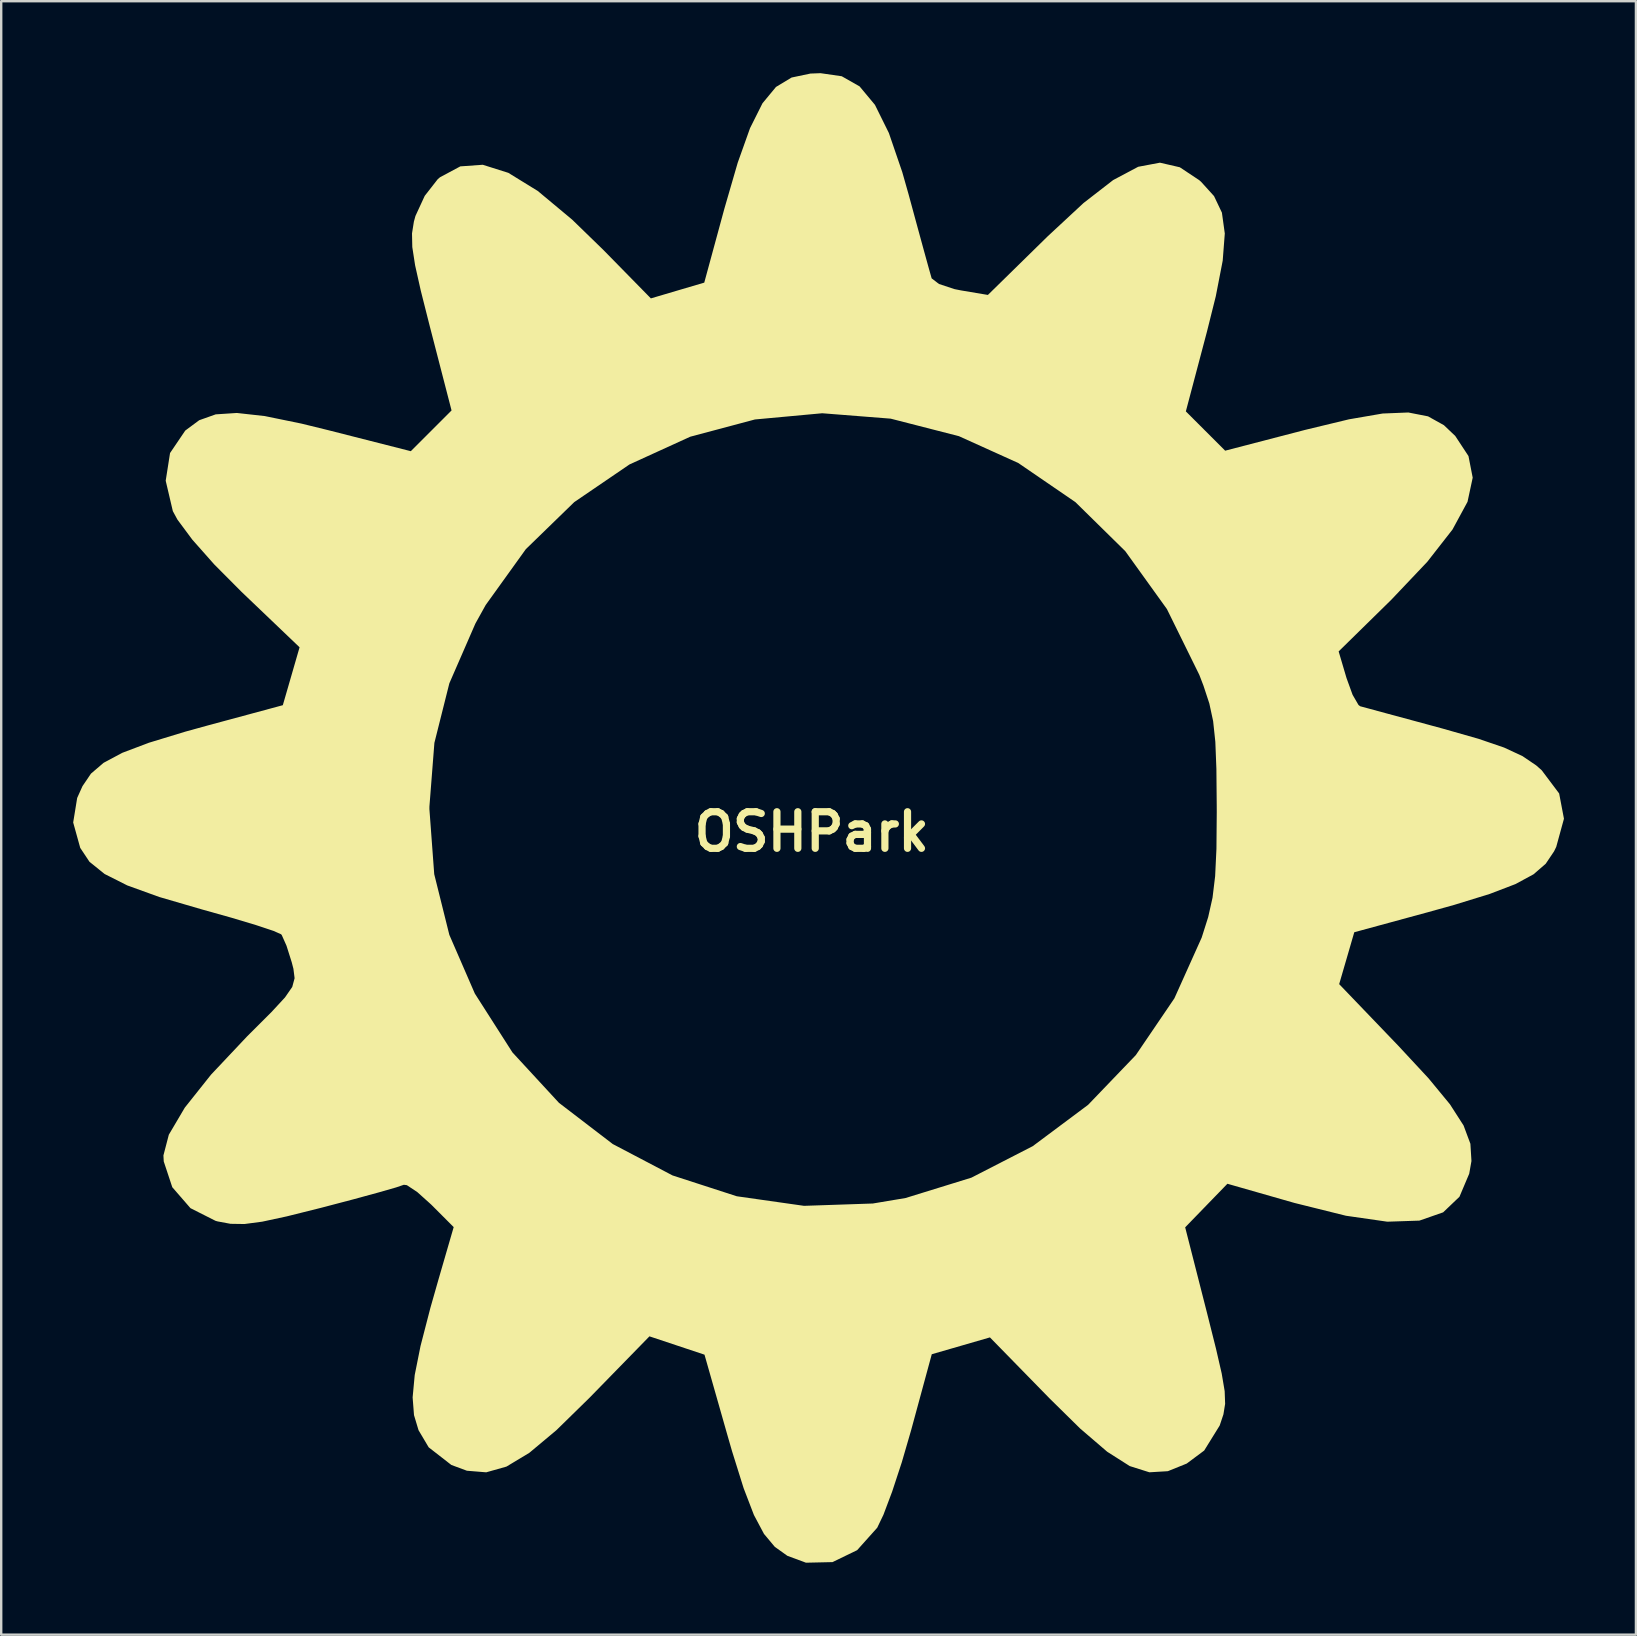
<source format=kicad_pcb>
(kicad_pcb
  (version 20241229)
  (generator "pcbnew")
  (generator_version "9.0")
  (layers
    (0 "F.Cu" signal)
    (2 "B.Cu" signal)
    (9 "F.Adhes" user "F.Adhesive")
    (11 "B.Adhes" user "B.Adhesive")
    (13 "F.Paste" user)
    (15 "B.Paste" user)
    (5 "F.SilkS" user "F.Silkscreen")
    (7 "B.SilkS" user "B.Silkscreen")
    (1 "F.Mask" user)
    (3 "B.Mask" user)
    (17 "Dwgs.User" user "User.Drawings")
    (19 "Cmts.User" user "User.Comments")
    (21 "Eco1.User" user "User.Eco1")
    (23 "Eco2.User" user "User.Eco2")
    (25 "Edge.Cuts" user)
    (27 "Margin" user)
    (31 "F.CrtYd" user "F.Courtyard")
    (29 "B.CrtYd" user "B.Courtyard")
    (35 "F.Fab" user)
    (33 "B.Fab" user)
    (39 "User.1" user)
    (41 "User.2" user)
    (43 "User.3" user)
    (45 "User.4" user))
  (footprint "OSHPark"
    (layer "F.Cu")
    (at 30.781 31.615)
    (property "Reference" "OSHPark" (at 0 0 0) (layer "F.SilkS") (effects (font (size 1.524 1.524) (thickness 0.3))))
    (attr board_only exclude_from_pos_files exclude_from_bom)
    (fp_poly (pts (xy 1.25 -31.487) (xy 1.993 -31.065) (xy 2.634 -30.295) (xy 3.214 -29.122) (xy 3.773 -27.49) (xy 4.035 -26.567) (xy 4.377 -25.309) (xy 4.672 -24.23) (xy 4.889 -23.445) (xy 4.997 -23.065) (xy 4.998 -23.063) (xy 5.303 -22.829) (xy 5.948 -22.616) (xy 6.219 -22.562) (xy 7.341 -22.373) (xy 9.837 -24.82) (xy 11.325 -26.202) (xy 12.561 -27.16) (xy 13.604 -27.714) (xy 14.511 -27.885) (xy 15.339 -27.694) (xy 16.145 -27.159) (xy 16.225 -27.089) (xy 16.766 -26.492) (xy 17.094 -25.802) (xy 17.214 -24.934) (xy 17.127 -23.801) (xy 16.839 -22.318) (xy 16.47 -20.842) (xy 15.591 -17.52) (xy 16.41 -16.701) (xy 17.229 -15.882) (xy 20.567 -16.75) (xy 22.389 -17.189) (xy 23.792 -17.431) (xy 24.862 -17.474) (xy 25.685 -17.313) (xy 26.346 -16.945) (xy 26.819 -16.495) (xy 27.37 -15.658) (xy 27.546 -14.757) (xy 27.33 -13.751) (xy 26.704 -12.596) (xy 25.653 -11.251) (xy 24.157 -9.673) (xy 23.981 -9.5) (xy 21.959 -7.516) (xy 22.287 -6.406) (xy 22.54 -5.709) (xy 22.787 -5.283) (xy 22.859 -5.23) (xy 23.201 -5.138) (xy 23.955 -4.933) (xy 25.011 -4.648) (xy 26.257 -4.31) (xy 26.301 -4.298) (xy 27.785 -3.875) (xy 28.853 -3.51) (xy 29.618 -3.155) (xy 30.196 -2.763) (xy 30.422 -2.563) (xy 31.149 -1.596) (xy 31.349 -0.543) (xy 31.027 0.631) (xy 30.935 0.819) (xy 30.589 1.333) (xy 30.081 1.773) (xy 29.329 2.18) (xy 28.253 2.592) (xy 26.774 3.048) (xy 25.707 3.345) (xy 22.61 4.188) (xy 22.296 5.269) (xy 21.981 6.35) (xy 24.444 8.917) (xy 25.705 10.275) (xy 26.598 11.358) (xy 27.166 12.242) (xy 27.45 13.004) (xy 27.494 13.722) (xy 27.401 14.25) (xy 26.994 15.212) (xy 26.314 15.861) (xy 25.325 16.206) (xy 23.987 16.251) (xy 22.264 16.003) (xy 20.117 15.469) (xy 20.078 15.458) (xy 17.323 14.67) (xy 15.563 16.486) (xy 16.482 20.088) (xy 16.847 21.542) (xy 17.086 22.581) (xy 17.209 23.313) (xy 17.228 23.843) (xy 17.157 24.281) (xy 17.006 24.733) (xy 17 24.748) (xy 16.355 25.789) (xy 15.628 26.331) (xy 14.841 26.649) (xy 14.072 26.695) (xy 13.253 26.436) (xy 12.314 25.839) (xy 11.186 24.871) (xy 9.925 23.63) (xy 7.426 21.073) (xy 6.214 21.424) (xy 5.002 21.775) (xy 4.141 24.943) (xy 3.754 26.273) (xy 3.353 27.494) (xy 2.988 28.464) (xy 2.728 29.006) (xy 1.891 29.941) (xy 0.865 30.438) (xy -0.241 30.463) (xy -1.016 30.176) (xy -1.54 29.802) (xy -1.991 29.263) (xy -2.41 28.475) (xy -2.84 27.355) (xy -3.321 25.819) (xy -3.514 25.15) (xy -4.47 21.793) (xy -6.764 21.029) (xy -9.263 23.59) (xy -10.641 24.939) (xy -11.771 25.884) (xy -12.724 26.458) (xy -13.568 26.696) (xy -14.372 26.63) (xy -15.021 26.389) (xy -15.965 25.654) (xy -16.388 24.941) (xy -16.577 24.312) (xy -16.634 23.575) (xy -16.547 22.642) (xy -16.304 21.427) (xy -15.894 19.843) (xy -15.558 18.663) (xy -14.923 16.476) (xy -15.864 15.534) (xy -16.443 15.014) (xy -16.874 14.729) (xy -17 14.712) (xy -17.322 14.822) (xy -18.061 15.034) (xy -19.109 15.32) (xy -20.36 15.649) (xy -20.46 15.675) (xy -21.882 16.03) (xy -22.903 16.25) (xy -23.644 16.348) (xy -24.224 16.339) (xy -24.762 16.239) (xy -24.846 16.216) (xy -25.893 15.687) (xy -26.651 14.814) (xy -27.007 13.739) (xy -27.02 13.489) (xy -26.795 12.626) (xy -26.129 11.497) (xy -25.037 10.124) (xy -23.536 8.531) (xy -23.418 8.413) (xy -22.523 7.52) (xy -21.954 6.905) (xy -21.651 6.467) (xy -21.553 6.103) (xy -21.602 5.712) (xy -21.672 5.441) (xy -21.89 4.751) (xy -22.086 4.31) (xy -22.115 4.272) (xy -22.432 4.132) (xy -23.162 3.889) (xy -24.196 3.579) (xy -25.393 3.243) (xy -27.191 2.719) (xy -28.527 2.236) (xy -29.473 1.759) (xy -30.102 1.251) (xy -30.485 0.675) (xy -30.488 0.669) (xy -30.781 -0.387) (xy -30.69 -0.946) (xy -15.935 -0.946) (xy -15.734 1.767) (xy -15.104 4.297) (xy -14.042 6.742) (xy -12.474 9.196) (xy -10.537 11.296) (xy -8.293 13.015) (xy -5.802 14.323) (xy -3.125 15.191) (xy -0.322 15.59) (xy 2.545 15.493) (xy 3.91 15.264) (xy 6.653 14.416) (xy 9.21 13.103) (xy 11.516 11.382) (xy 13.505 9.309) (xy 15.113 6.943) (xy 16.251 4.411) (xy 16.522 3.556) (xy 16.703 2.749) (xy 16.812 1.848) (xy 16.866 0.711) (xy 16.879 -0.802) (xy 16.878 -1.081) (xy 16.864 -2.616) (xy 16.82 -3.748) (xy 16.728 -4.612) (xy 16.57 -5.345) (xy 16.327 -6.084) (xy 16.153 -6.538) (xy 14.802 -9.281) (xy 13.066 -11.695) (xy 10.988 -13.738) (xy 8.608 -15.368) (xy 6.133 -16.487) (xy 3.289 -17.217) (xy 0.436 -17.442) (xy -2.368 -17.183) (xy -5.065 -16.464) (xy -7.595 -15.309) (xy -9.898 -13.739) (xy -11.916 -11.778) (xy -13.59 -9.449) (xy -14.019 -8.676) (xy -15.104 -6.186) (xy -15.727 -3.705) (xy -15.934 -1.053) (xy -15.935 -0.946) (xy -30.69 -0.946) (xy -30.615 -1.408) (xy -30.394 -1.9) (xy -30.039 -2.424) (xy -29.513 -2.874) (xy -28.735 -3.29) (xy -27.628 -3.709) (xy -26.109 -4.172) (xy -25.141 -4.439) (xy -22.044 -5.275) (xy -21.695 -6.481) (xy -21.346 -7.688) (xy -23.768 -10.002) (xy -24.901 -11.141) (xy -25.816 -12.174) (xy -26.436 -13.009) (xy -26.628 -13.363) (xy -26.925 -14.63) (xy -26.744 -15.784) (xy -26.11 -16.721) (xy -25.528 -17.152) (xy -24.841 -17.396) (xy -23.96 -17.454) (xy -22.798 -17.325) (xy -21.268 -17.011) (xy -20.16 -16.739) (xy -16.71 -15.861) (xy -15.012 -17.559) (xy -15.923 -21.082) (xy -16.294 -22.55) (xy -16.531 -23.609) (xy -16.648 -24.368) (xy -16.66 -24.937) (xy -16.582 -25.427) (xy -16.517 -25.663) (xy -16.13 -26.502) (xy -15.59 -27.194) (xy -15.494 -27.277) (xy -14.647 -27.731) (xy -13.71 -27.798) (xy -12.646 -27.462) (xy -11.417 -26.705) (xy -9.985 -25.511) (xy -8.689 -24.252) (xy -6.705 -22.229) (xy -5.593 -22.558) (xy -4.48 -22.886) (xy -3.642 -25.967) (xy -3.086 -27.883) (xy -2.571 -29.327) (xy -2.054 -30.36) (xy -1.491 -31.041) (xy -0.84 -31.434) (xy -0.056 -31.599) (xy 0.366 -31.615)) (stroke (width 0) (type solid)) (fill yes) (layer "F.SilkS")))
  (gr_rect
    (start -3 -3)
    (end 65.13 65.078)
    (stroke (width 0.1) (type default))
    (fill no)
    (layer "Edge.Cuts")))
</source>
